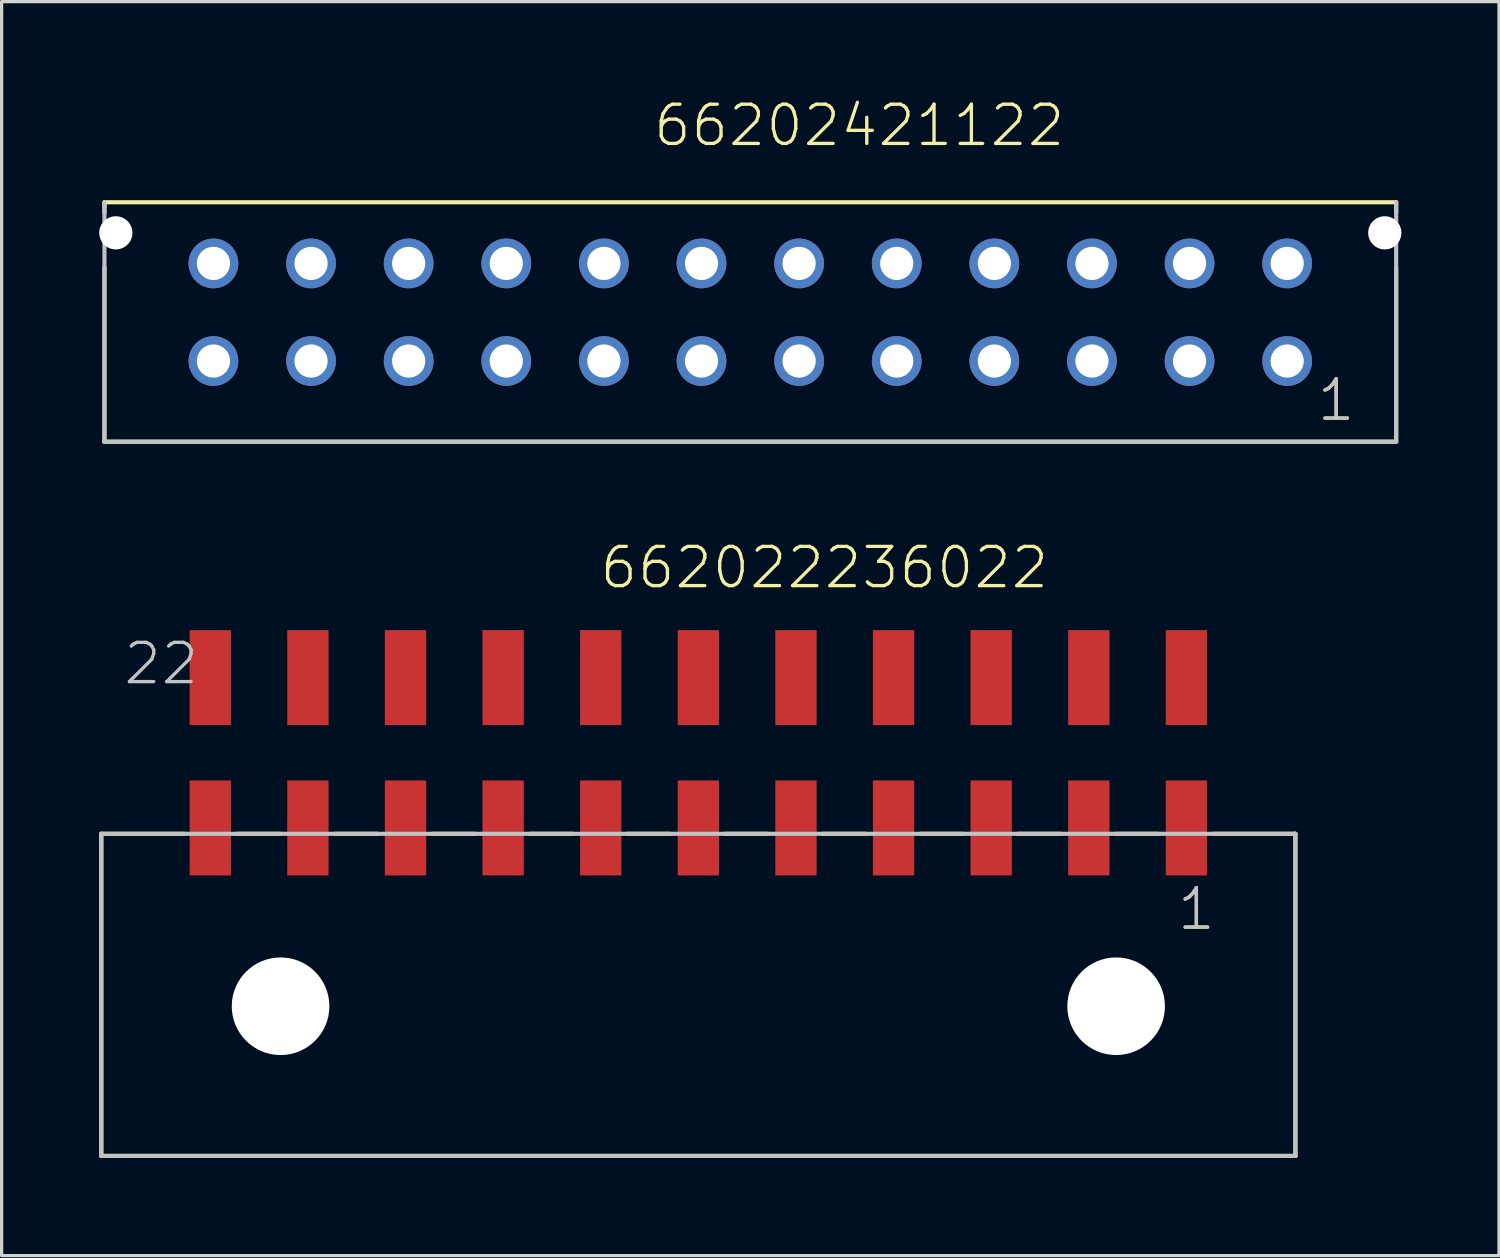
<source format=kicad_pcb>
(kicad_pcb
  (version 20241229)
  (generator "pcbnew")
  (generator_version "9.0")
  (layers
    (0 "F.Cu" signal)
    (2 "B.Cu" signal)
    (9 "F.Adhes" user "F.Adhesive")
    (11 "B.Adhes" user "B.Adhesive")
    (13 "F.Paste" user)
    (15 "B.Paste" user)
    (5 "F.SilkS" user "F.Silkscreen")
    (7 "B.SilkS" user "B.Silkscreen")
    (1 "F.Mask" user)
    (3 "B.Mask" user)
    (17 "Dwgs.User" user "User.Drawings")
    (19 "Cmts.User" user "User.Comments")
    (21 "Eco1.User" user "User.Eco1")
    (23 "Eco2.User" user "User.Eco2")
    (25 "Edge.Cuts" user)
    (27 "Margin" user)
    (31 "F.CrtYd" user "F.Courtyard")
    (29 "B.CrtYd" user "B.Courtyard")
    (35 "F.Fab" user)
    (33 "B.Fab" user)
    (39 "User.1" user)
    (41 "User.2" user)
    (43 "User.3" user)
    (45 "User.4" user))
  (footprint "662022236022"
    (layer "F.Cu")
    (at 18.413 27.876)
    (property "Reference" "662022236022" (at -3.085 -12.775 0) (layer "F.SilkS") (effects (font (size 1.206 1.206) (thickness 0.102)) (justify left bottom)))
    (attr through_hole)
    (fp_line (start -18.35 -5.3) (end -18.35 4.6) (stroke (width 0.127) (type solid)) (layer "F.SilkS"))
    (fp_line (start -18.35 4.6) (end 18.35 4.6) (stroke (width 0.127) (type solid)) (layer "F.SilkS"))
    (fp_line (start -15.8 -5.3) (end -18.35 -5.3) (stroke (width 0.127) (type solid)) (layer "F.SilkS"))
    (fp_line (start -14.17 -5.3) (end -12.86 -5.3) (stroke (width 0.127) (type solid)) (layer "F.SilkS"))
    (fp_line (start -11.17 -5.3) (end -9.86 -5.3) (stroke (width 0.127) (type solid)) (layer "F.SilkS"))
    (fp_line (start -8.17 -5.3) (end -6.86 -5.3) (stroke (width 0.127) (type solid)) (layer "F.SilkS"))
    (fp_line (start -5.18 -5.3) (end -3.87 -5.3) (stroke (width 0.127) (type solid)) (layer "F.SilkS"))
    (fp_line (start -2.18 -5.3) (end -0.87 -5.3) (stroke (width 0.127) (type solid)) (layer "F.SilkS"))
    (fp_line (start 0.82 -5.3) (end 2.13 -5.3) (stroke (width 0.127) (type solid)) (layer "F.SilkS"))
    (fp_line (start 3.82 -5.3) (end 5.13 -5.3) (stroke (width 0.127) (type solid)) (layer "F.SilkS"))
    (fp_line (start 6.83 -5.3) (end 8.14 -5.3) (stroke (width 0.127) (type solid)) (layer "F.SilkS"))
    (fp_line (start 9.82 -5.3) (end 11.13 -5.3) (stroke (width 0.127) (type solid)) (layer "F.SilkS"))
    (fp_line (start 12.83 -5.3) (end 14.14 -5.3) (stroke (width 0.127) (type solid)) (layer "F.SilkS"))
    (fp_line (start 15.83 -5.3) (end 18.35 -5.3) (stroke (width 0.127) (type solid)) (layer "F.SilkS"))
    (fp_line (start 18.35 4.6) (end 18.35 -5.3) (stroke (width 0.127) (type solid)) (layer "F.SilkS"))
    (fp_line (start -18.35 -5.3) (end 18.35 -5.3) (stroke (width 0.127) (type solid)) (layer "Dwgs.User"))
    (fp_line (start -18.35 4.6) (end -18.35 -5.3) (stroke (width 0.127) (type solid)) (layer "Dwgs.User"))
    (fp_line (start 18.35 -5.3) (end 18.35 4.6) (stroke (width 0.127) (type solid)) (layer "Dwgs.User"))
    (fp_line (start 18.35 4.6) (end -18.35 4.6) (stroke (width 0.127) (type solid)) (layer "Dwgs.User"))
    (fp_text user "1" (at 14.665 -2.28 0) (layer "F.SilkS") (effects (font (size 1.206 1.206) (thickness 0.102)) (justify left bottom)))
    (fp_text user "22" (at -17.725 -9.825 0) (layer "Dwgs.User") (effects (font (size 1.206 1.206) (thickness 0.102)) (justify left bottom)))
    (fp_text user "1" (at 14.665 -2.28 0) (layer "Dwgs.User") (effects (font (size 1.206 1.206) (thickness 0.102)) (justify left bottom)))
    (pad "" np_thru_hole circle (at -12.84 0) (size 3 3) (drill 3) (layers "*.Cu"))
    (pad "" np_thru_hole circle (at 12.84 0) (size 3 3) (drill 3) (layers "*.Cu"))
    (pad "1" smd rect (at 15 -5.48 90) (size 2.92 1.27) (layers "F.Cu" "F.Mask" "F.Paste"))
    (pad "2" smd rect (at 12 -5.48 90) (size 2.92 1.27) (layers "F.Cu" "F.Mask" "F.Paste"))
    (pad "3" smd rect (at 9 -5.48 90) (size 2.92 1.27) (layers "F.Cu" "F.Mask" "F.Paste"))
    (pad "4" smd rect (at 6 -5.48 90) (size 2.92 1.27) (layers "F.Cu" "F.Mask" "F.Paste"))
    (pad "5" smd rect (at 3 -5.48 90) (size 2.92 1.27) (layers "F.Cu" "F.Mask" "F.Paste"))
    (pad "6" smd rect (at 0 -5.48 90) (size 2.92 1.27) (layers "F.Cu" "F.Mask" "F.Paste"))
    (pad "7" smd rect (at -3 -5.48 90) (size 2.92 1.27) (layers "F.Cu" "F.Mask" "F.Paste"))
    (pad "8" smd rect (at -6 -5.48 90) (size 2.92 1.27) (layers "F.Cu" "F.Mask" "F.Paste"))
    (pad "9" smd rect (at -9 -5.48 90) (size 2.92 1.27) (layers "F.Cu" "F.Mask" "F.Paste"))
    (pad "10" smd rect (at -12 -5.48 90) (size 2.92 1.27) (layers "F.Cu" "F.Mask" "F.Paste"))
    (pad "11" smd rect (at -15 -5.48 90) (size 2.92 1.27) (layers "F.Cu" "F.Mask" "F.Paste"))
    (pad "12" smd rect (at 15 -10.1 90) (size 2.92 1.27) (layers "F.Cu" "F.Mask" "F.Paste"))
    (pad "13" smd rect (at 12 -10.1 90) (size 2.92 1.27) (layers "F.Cu" "F.Mask" "F.Paste"))
    (pad "14" smd rect (at 9 -10.1 90) (size 2.92 1.27) (layers "F.Cu" "F.Mask" "F.Paste"))
    (pad "15" smd rect (at 6 -10.1 90) (size 2.92 1.27) (layers "F.Cu" "F.Mask" "F.Paste"))
    (pad "16" smd rect (at 3 -10.1 90) (size 2.92 1.27) (layers "F.Cu" "F.Mask" "F.Paste"))
    (pad "17" smd rect (at 0 -10.1 90) (size 2.92 1.27) (layers "F.Cu" "F.Mask" "F.Paste"))
    (pad "18" smd rect (at -3 -10.1 90) (size 2.92 1.27) (layers "F.Cu" "F.Mask" "F.Paste"))
    (pad "19" smd rect (at -6 -10.1 90) (size 2.92 1.27) (layers "F.Cu" "F.Mask" "F.Paste"))
    (pad "20" smd rect (at -9 -10.1 90) (size 2.92 1.27) (layers "F.Cu" "F.Mask" "F.Paste"))
    (pad "21" smd rect (at -12 -10.1 90) (size 2.92 1.27) (layers "F.Cu" "F.Mask" "F.Paste"))
    (pad "22" smd rect (at -15 -10.1 90) (size 2.92 1.27) (layers "F.Cu" "F.Mask" "F.Paste")))
  (footprint "66202421122"
    (layer "F.Cu")
    (at 20.01 6.546)
    (property "Reference" "66202421122" (at -3.035 -5.035 0) (layer "F.SilkS") (effects (font (size 1.206 1.206) (thickness 0.102)) (justify left bottom)))
    (attr through_hole)
    (fp_line (start -19.85 -3.05) (end -19.85 -3.38) (stroke (width 0.127) (type solid)) (layer "F.SilkS"))
    (fp_line (start -19.85 -1.37) (end -19.85 3.98) (stroke (width 0.127) (type solid)) (layer "F.SilkS"))
    (fp_line (start -19.85 3.98) (end 19.85 3.98) (stroke (width 0.127) (type solid)) (layer "F.SilkS"))
    (fp_line (start 19.85 -3.38) (end -19.85 -3.38) (stroke (width 0.127) (type solid)) (layer "F.SilkS"))
    (fp_line (start 19.85 -3.05) (end 19.85 -3.38) (stroke (width 0.127) (type solid)) (layer "F.SilkS"))
    (fp_line (start 19.85 -1.36) (end 19.85 3.94) (stroke (width 0.127) (type solid)) (layer "F.SilkS"))
    (fp_line (start -19.85 -3.38) (end -19.85 3.98) (stroke (width 0.127) (type solid)) (layer "Dwgs.User"))
    (fp_line (start -19.85 3.98) (end 19.85 3.98) (stroke (width 0.127) (type solid)) (layer "Dwgs.User"))
    (fp_line (start 19.85 3.98) (end 19.85 -3.38) (stroke (width 0.127) (type solid)) (layer "Dwgs.User"))
    (fp_text user "1" (at 17.365 3.405 0) (layer "F.SilkS") (effects (font (size 1.206 1.206) (thickness 0.102)) (justify left bottom)))
    (fp_text user "1" (at 17.365 3.405 0) (layer "Dwgs.User") (effects (font (size 1.206 1.206) (thickness 0.102)) (justify left bottom)))
    (pad "" np_thru_hole circle (at -19.5 -2.44) (size 1.02 1.02) (drill 1.02) (layers "*.Cu"))
    (pad "" np_thru_hole circle (at 19.5 -2.44) (size 1.02 1.02) (drill 1.02) (layers "*.Cu"))
    (pad "1" thru_hole circle (at 16.5 1.5) (size 1.53 1.53) (drill 1.02) (layers "*.Cu" "*.Mask"))
    (pad "2" thru_hole circle (at 13.5 1.5) (size 1.53 1.53) (drill 1.02) (layers "*.Cu" "*.Mask"))
    (pad "3" thru_hole circle (at 10.5 1.5) (size 1.53 1.53) (drill 1.02) (layers "*.Cu" "*.Mask"))
    (pad "4" thru_hole circle (at 7.5 1.5) (size 1.53 1.53) (drill 1.02) (layers "*.Cu" "*.Mask"))
    (pad "5" thru_hole circle (at 4.5 1.5) (size 1.53 1.53) (drill 1.02) (layers "*.Cu" "*.Mask"))
    (pad "6" thru_hole circle (at 1.5 1.5) (size 1.53 1.53) (drill 1.02) (layers "*.Cu" "*.Mask"))
    (pad "7" thru_hole circle (at -1.5 1.5) (size 1.53 1.53) (drill 1.02) (layers "*.Cu" "*.Mask"))
    (pad "8" thru_hole circle (at -4.5 1.5) (size 1.53 1.53) (drill 1.02) (layers "*.Cu" "*.Mask"))
    (pad "9" thru_hole circle (at -7.5 1.5) (size 1.53 1.53) (drill 1.02) (layers "*.Cu" "*.Mask"))
    (pad "10" thru_hole circle (at -10.5 1.5) (size 1.53 1.53) (drill 1.02) (layers "*.Cu" "*.Mask"))
    (pad "11" thru_hole circle (at -13.5 1.5) (size 1.53 1.53) (drill 1.02) (layers "*.Cu" "*.Mask"))
    (pad "12" thru_hole circle (at -16.5 1.5) (size 1.53 1.53) (drill 1.02) (layers "*.Cu" "*.Mask"))
    (pad "13" thru_hole circle (at 16.5 -1.5) (size 1.53 1.53) (drill 1.02) (layers "*.Cu" "*.Mask"))
    (pad "14" thru_hole circle (at 13.5 -1.5) (size 1.53 1.53) (drill 1.02) (layers "*.Cu" "*.Mask"))
    (pad "15" thru_hole circle (at 10.5 -1.5) (size 1.53 1.53) (drill 1.02) (layers "*.Cu" "*.Mask"))
    (pad "16" thru_hole circle (at 7.5 -1.5) (size 1.53 1.53) (drill 1.02) (layers "*.Cu" "*.Mask"))
    (pad "17" thru_hole circle (at 4.5 -1.5) (size 1.53 1.53) (drill 1.02) (layers "*.Cu" "*.Mask"))
    (pad "18" thru_hole circle (at 1.5 -1.5) (size 1.53 1.53) (drill 1.02) (layers "*.Cu" "*.Mask"))
    (pad "19" thru_hole circle (at -1.5 -1.5) (size 1.53 1.53) (drill 1.02) (layers "*.Cu" "*.Mask"))
    (pad "20" thru_hole circle (at -4.5 -1.5) (size 1.53 1.53) (drill 1.02) (layers "*.Cu" "*.Mask"))
    (pad "21" thru_hole circle (at -7.5 -1.5) (size 1.53 1.53) (drill 1.02) (layers "*.Cu" "*.Mask"))
    (pad "22" thru_hole circle (at -10.5 -1.5) (size 1.53 1.53) (drill 1.02) (layers "*.Cu" "*.Mask"))
    (pad "23" thru_hole circle (at -13.5 -1.5) (size 1.53 1.53) (drill 1.02) (layers "*.Cu" "*.Mask"))
    (pad "24" thru_hole circle (at -16.5 -1.5) (size 1.53 1.53) (drill 1.02) (layers "*.Cu" "*.Mask")))
  (gr_rect
    (start -3 -3)
    (end 43.02 35.54)
    (stroke (width 0.1) (type default))
    (fill no)
    (layer "Edge.Cuts")))
</source>
